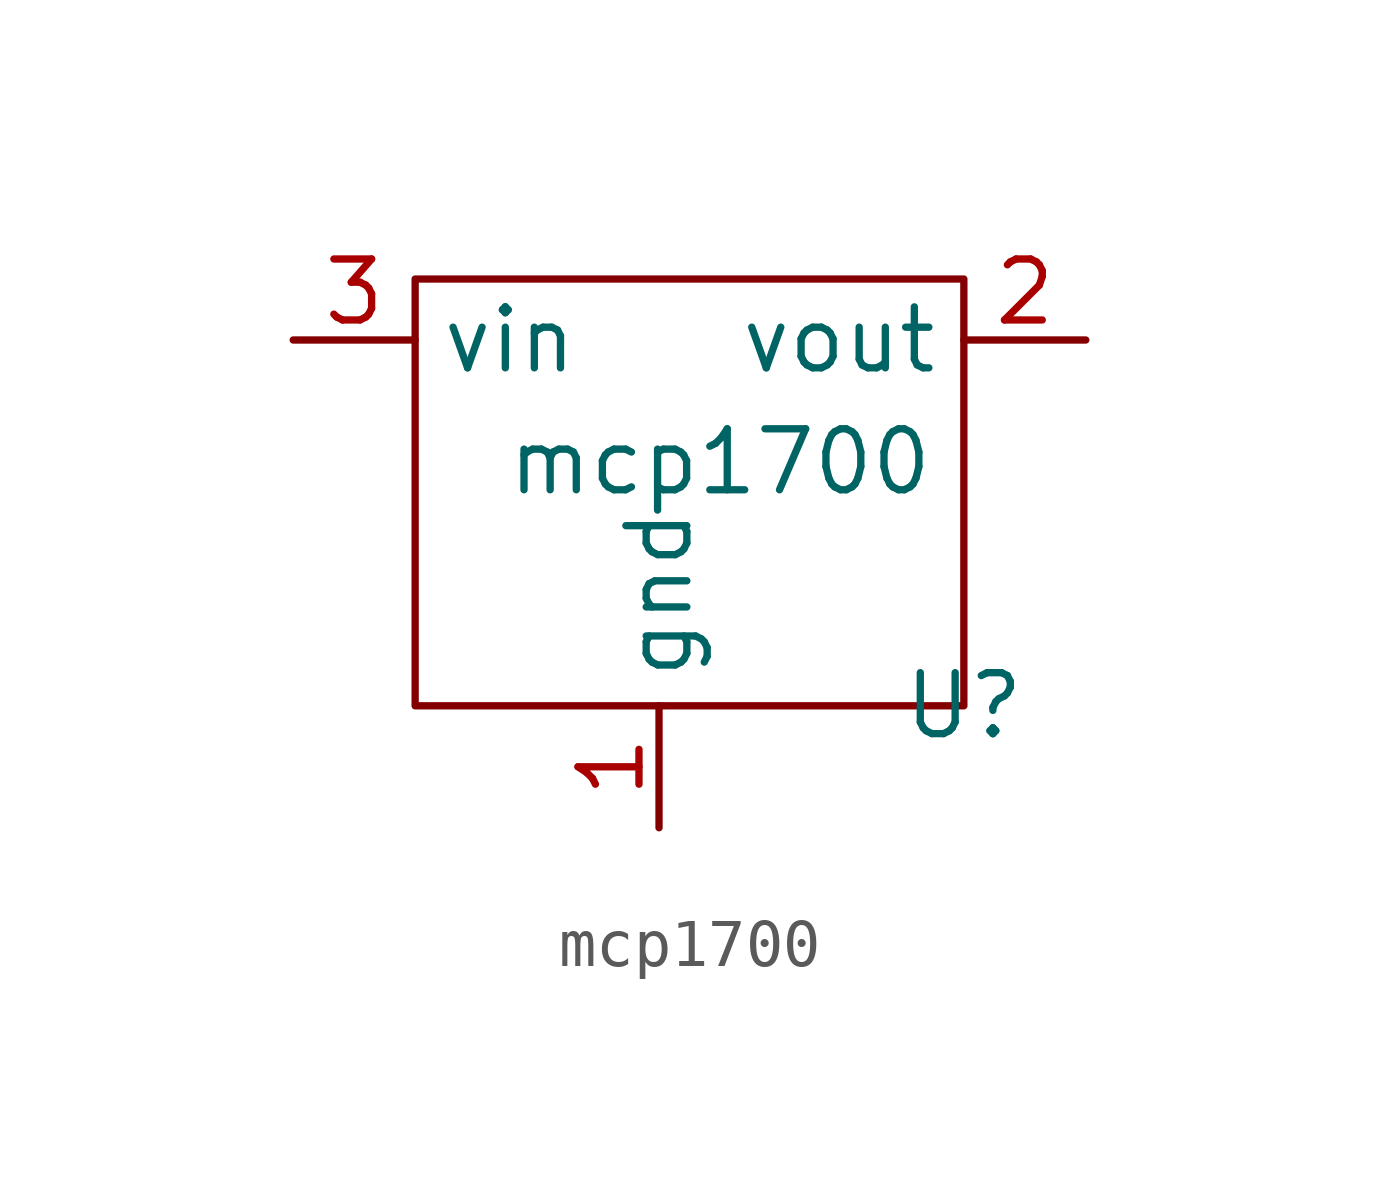
<source format=kicad_sym>
(kicad_symbol_lib
  (version 20211014)
  (generator kicad_symbol_editor)
  (symbol "mcp1700"
    (property "Reference" "U"
      (at 0 -2.54 0)
      (effects (font (size 1.27 1.27))))
    (property "Value" "mcp1700"
      (at -5.08 2.54 0)
      (effects (font (size 1.27 1.27))))
    (symbol "mcp1700_0_1"
      (rectangle (start -11.43 -2.54) (end 0 6.35) (stroke (width 0) (type default) (color 0 0 0 0)) (fill (type none))))
    (symbol "mcp1700_1_1"
      (pin power_in line (at -6.35 -5.08 90) (length 2.54) (name "gnd" (effects (font (size 1.27 1.27)))) (number "1" (effects (font (size 1.27 1.27)))))
      (pin power_out line (at 2.54 5.08 180) (length 2.54) (name "vout" (effects (font (size 1.27 1.27)))) (number "2" (effects (font (size 1.27 1.27)))))
      (pin power_in line (at -13.97 5.08 0) (length 2.54) (name "vin" (effects (font (size 1.27 1.27)))) (number "3" (effects (font (size 1.27 1.27))))))))
</source>
